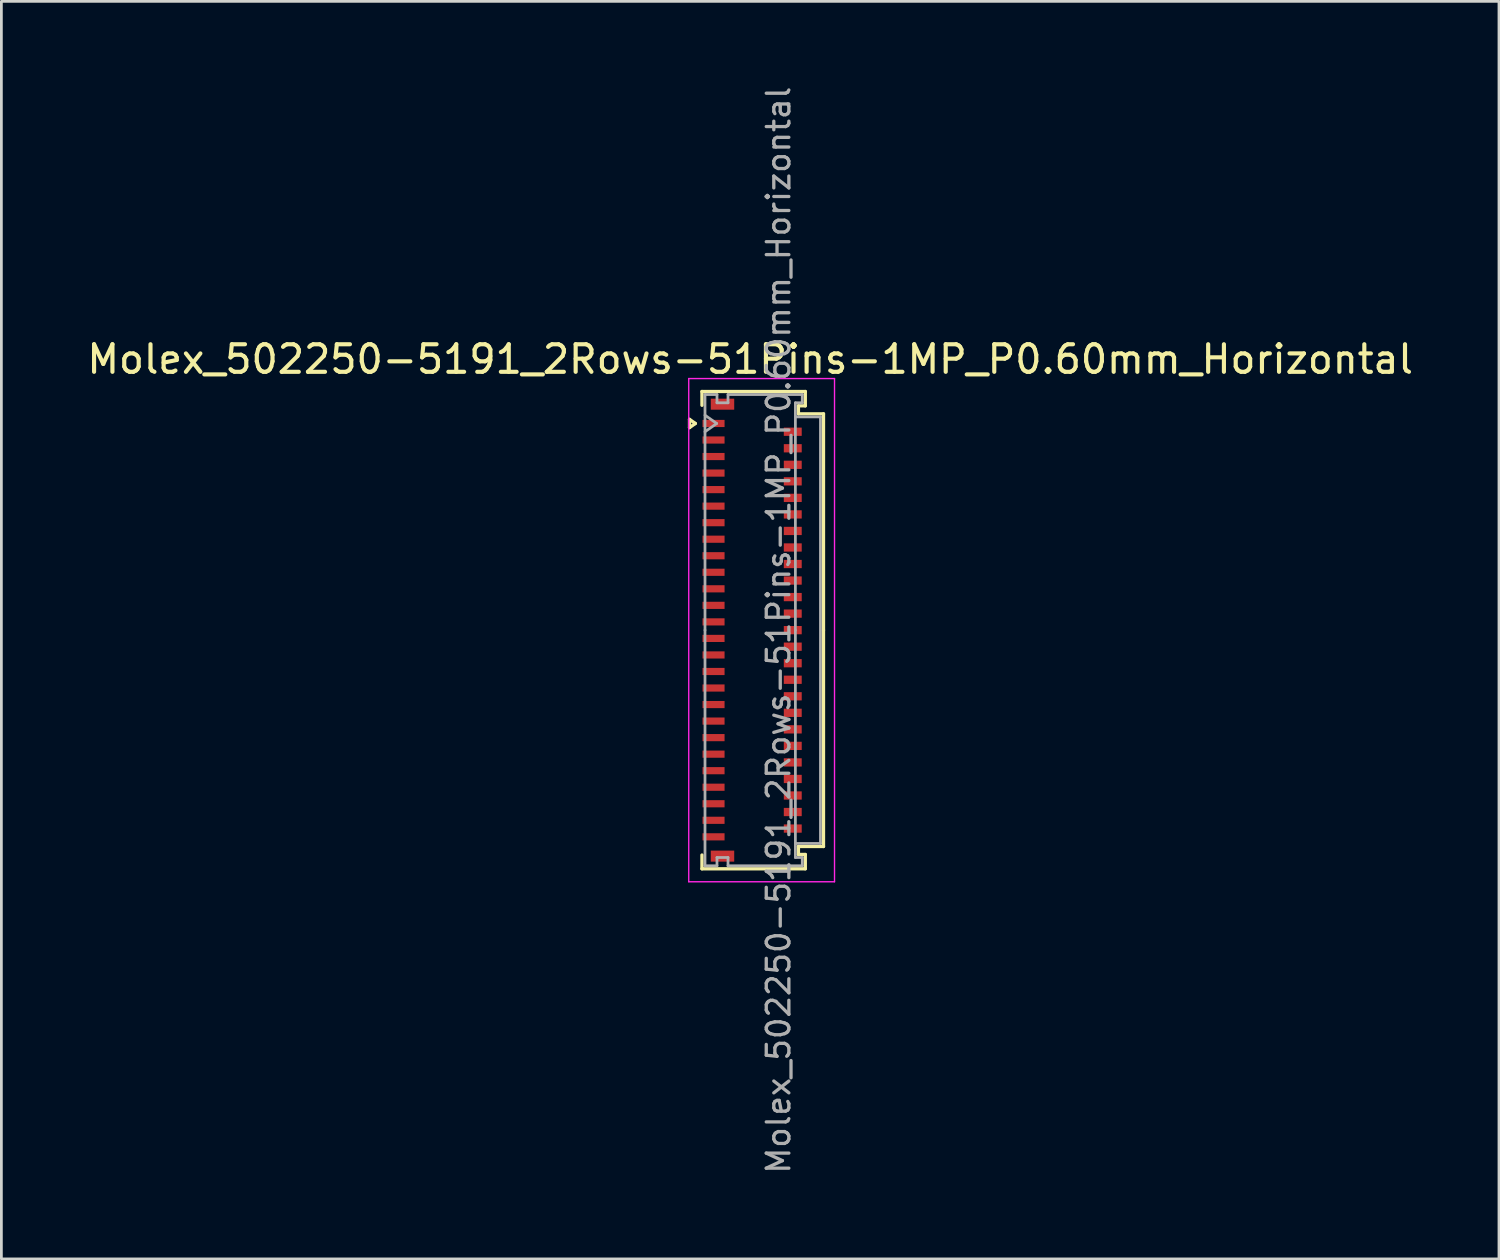
<source format=kicad_pcb>
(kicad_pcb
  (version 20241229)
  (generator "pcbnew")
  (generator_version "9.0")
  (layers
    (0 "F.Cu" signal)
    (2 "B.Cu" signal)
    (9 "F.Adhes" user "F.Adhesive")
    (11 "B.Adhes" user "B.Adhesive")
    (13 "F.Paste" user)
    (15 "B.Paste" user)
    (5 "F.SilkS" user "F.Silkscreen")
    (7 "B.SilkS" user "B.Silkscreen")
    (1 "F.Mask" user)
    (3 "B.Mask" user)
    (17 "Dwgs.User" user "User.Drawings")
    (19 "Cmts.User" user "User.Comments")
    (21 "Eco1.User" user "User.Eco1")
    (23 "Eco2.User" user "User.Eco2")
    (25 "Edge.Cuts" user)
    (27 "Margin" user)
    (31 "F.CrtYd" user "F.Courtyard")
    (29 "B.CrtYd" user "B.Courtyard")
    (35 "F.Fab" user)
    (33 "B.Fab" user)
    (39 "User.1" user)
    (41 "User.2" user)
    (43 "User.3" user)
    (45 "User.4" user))
  (footprint "Molex_502250-5191_2Rows-51Pins-1MP_P0.60mm_Horizontal"
    (layer "F.Cu")
    (at 24.243 19.817)
    (property "Reference" "Molex_502250-5191_2Rows-51Pins-1MP_P0.60mm_Horizontal" (at -0.07 -9.83 0) (layer "F.SilkS") (effects (font (size 1 1) (thickness 0.15))))
    (attr smd)
    (fp_line (start -2.272 -7.65) (end -2.06 -7.5) (stroke (width 0.12) (type solid)) (layer "F.SilkS"))
    (fp_line (start -2.272 -7.35) (end -2.272 -7.65) (stroke (width 0.12) (type solid)) (layer "F.SilkS"))
    (fp_line (start -2.06 -7.5) (end -2.272 -7.35) (stroke (width 0.12) (type solid)) (layer "F.SilkS"))
    (fp_line (start -1.82 -8.66) (end 1.93 -8.66) (stroke (width 0.12) (type solid)) (layer "F.SilkS"))
    (fp_line (start -1.82 -8.16) (end -1.82 -8.66) (stroke (width 0.12) (type solid)) (layer "F.SilkS"))
    (fp_line (start -1.82 8.16) (end -1.82 8.66) (stroke (width 0.12) (type solid)) (layer "F.SilkS"))
    (fp_line (start -1.82 8.66) (end 1.93 8.66) (stroke (width 0.12) (type solid)) (layer "F.SilkS"))
    (fp_line (start 1.68 -8.14) (end 1.68 -7.85) (stroke (width 0.12) (type solid)) (layer "F.SilkS"))
    (fp_line (start 1.68 -7.85) (end 2.59 -7.85) (stroke (width 0.12) (type solid)) (layer "F.SilkS"))
    (fp_line (start 1.68 7.85) (end 2.59 7.85) (stroke (width 0.12) (type solid)) (layer "F.SilkS"))
    (fp_line (start 1.68 8.14) (end 1.68 7.85) (stroke (width 0.12) (type solid)) (layer "F.SilkS"))
    (fp_line (start 1.93 -8.66) (end 1.93 -8.14) (stroke (width 0.12) (type solid)) (layer "F.SilkS"))
    (fp_line (start 1.93 -8.14) (end 1.68 -8.14) (stroke (width 0.12) (type solid)) (layer "F.SilkS"))
    (fp_line (start 1.93 8.14) (end 1.68 8.14) (stroke (width 0.12) (type solid)) (layer "F.SilkS"))
    (fp_line (start 1.93 8.66) (end 1.93 8.14) (stroke (width 0.12) (type solid)) (layer "F.SilkS"))
    (fp_line (start 2.59 -7.85) (end 2.59 0) (stroke (width 0.12) (type solid)) (layer "F.SilkS"))
    (fp_line (start 2.59 7.85) (end 2.59 0) (stroke (width 0.12) (type solid)) (layer "F.SilkS"))
    (fp_line (start -2.3 -9.13) (end -2.3 9.13) (stroke (width 0.05) (type solid)) (layer "F.CrtYd"))
    (fp_line (start -2.3 9.13) (end 2.99 9.13) (stroke (width 0.05) (type solid)) (layer "F.CrtYd"))
    (fp_line (start 2.99 -9.13) (end -2.3 -9.13) (stroke (width 0.05) (type solid)) (layer "F.CrtYd"))
    (fp_line (start 2.99 9.13) (end 2.99 -9.13) (stroke (width 0.05) (type solid)) (layer "F.CrtYd"))
    (fp_line (start -1.71 -8.55) (end -1.275 -8.55) (stroke (width 0.1) (type solid)) (layer "F.Fab"))
    (fp_line (start -1.71 -7.8) (end -1.286 -7.5) (stroke (width 0.1) (type solid)) (layer "F.Fab"))
    (fp_line (start -1.71 0) (end -1.71 -8.55) (stroke (width 0.1) (type solid)) (layer "F.Fab"))
    (fp_line (start -1.71 0) (end -1.71 8.55) (stroke (width 0.1) (type solid)) (layer "F.Fab"))
    (fp_line (start -1.71 8.55) (end -1.275 8.55) (stroke (width 0.1) (type solid)) (layer "F.Fab"))
    (fp_line (start -1.286 -7.5) (end -1.71 -7.2) (stroke (width 0.1) (type solid)) (layer "F.Fab"))
    (fp_line (start -1.275 -8.55) (end -1.275 -8.25) (stroke (width 0.1) (type solid)) (layer "F.Fab"))
    (fp_line (start -1.275 -8.25) (end -0.875 -8.25) (stroke (width 0.1) (type solid)) (layer "F.Fab"))
    (fp_line (start -1.275 8.25) (end -0.875 8.25) (stroke (width 0.1) (type solid)) (layer "F.Fab"))
    (fp_line (start -1.275 8.55) (end -1.275 8.25) (stroke (width 0.1) (type solid)) (layer "F.Fab"))
    (fp_line (start -0.875 -8.55) (end 1.82 -8.55) (stroke (width 0.1) (type solid)) (layer "F.Fab"))
    (fp_line (start -0.875 -8.25) (end -0.875 -8.55) (stroke (width 0.1) (type solid)) (layer "F.Fab"))
    (fp_line (start -0.875 8.25) (end -0.875 8.55) (stroke (width 0.1) (type solid)) (layer "F.Fab"))
    (fp_line (start -0.875 8.55) (end 1.82 8.55) (stroke (width 0.1) (type solid)) (layer "F.Fab"))
    (fp_line (start 1.57 -8.25) (end 1.57 0) (stroke (width 0.1) (type solid)) (layer "F.Fab"))
    (fp_line (start 1.57 -7.74) (end 2.48 -7.74) (stroke (width 0.1) (type solid)) (layer "F.Fab"))
    (fp_line (start 1.57 8.25) (end 1.57 0) (stroke (width 0.1) (type solid)) (layer "F.Fab"))
    (fp_line (start 1.82 -8.55) (end 1.82 -8.25) (stroke (width 0.1) (type solid)) (layer "F.Fab"))
    (fp_line (start 1.82 -8.25) (end 1.57 -8.25) (stroke (width 0.1) (type solid)) (layer "F.Fab"))
    (fp_line (start 1.82 8.25) (end 1.57 8.25) (stroke (width 0.1) (type solid)) (layer "F.Fab"))
    (fp_line (start 1.82 8.55) (end 1.82 8.25) (stroke (width 0.1) (type solid)) (layer "F.Fab"))
    (fp_line (start 2.48 -7.74) (end 2.48 7.74) (stroke (width 0.1) (type solid)) (layer "F.Fab"))
    (fp_line (start 2.48 7.74) (end 1.57 7.74) (stroke (width 0.1) (type solid)) (layer "F.Fab"))
    (fp_text user "${REFERENCE}" (at 0.96 0 90) (layer "F.Fab") (effects (font (size 0.82 0.82) (thickness 0.12))))
    (pad "1" smd rect (at -1.4 -7.5) (size 0.8 0.26) (layers "F.Cu" "F.Mask" "F.Paste"))
    (pad "2" smd rect (at 1.475 -7.2) (size 0.65 0.3) (layers "F.Cu" "F.Mask" "F.Paste"))
    (pad "3" smd rect (at -1.4 -6.9) (size 0.8 0.26) (layers "F.Cu" "F.Mask" "F.Paste"))
    (pad "4" smd rect (at 1.475 -6.6) (size 0.65 0.3) (layers "F.Cu" "F.Mask" "F.Paste"))
    (pad "5" smd rect (at -1.4 -6.3) (size 0.8 0.26) (layers "F.Cu" "F.Mask" "F.Paste"))
    (pad "6" smd rect (at 1.475 -6) (size 0.65 0.3) (layers "F.Cu" "F.Mask" "F.Paste"))
    (pad "7" smd rect (at -1.4 -5.7) (size 0.8 0.26) (layers "F.Cu" "F.Mask" "F.Paste"))
    (pad "8" smd rect (at 1.475 -5.4) (size 0.65 0.3) (layers "F.Cu" "F.Mask" "F.Paste"))
    (pad "9" smd rect (at -1.4 -5.1) (size 0.8 0.26) (layers "F.Cu" "F.Mask" "F.Paste"))
    (pad "10" smd rect (at 1.475 -4.8) (size 0.65 0.3) (layers "F.Cu" "F.Mask" "F.Paste"))
    (pad "11" smd rect (at -1.4 -4.5) (size 0.8 0.26) (layers "F.Cu" "F.Mask" "F.Paste"))
    (pad "12" smd rect (at 1.475 -4.2) (size 0.65 0.3) (layers "F.Cu" "F.Mask" "F.Paste"))
    (pad "13" smd rect (at -1.4 -3.9) (size 0.8 0.26) (layers "F.Cu" "F.Mask" "F.Paste"))
    (pad "14" smd rect (at 1.475 -3.6) (size 0.65 0.3) (layers "F.Cu" "F.Mask" "F.Paste"))
    (pad "15" smd rect (at -1.4 -3.3) (size 0.8 0.26) (layers "F.Cu" "F.Mask" "F.Paste"))
    (pad "16" smd rect (at 1.475 -3) (size 0.65 0.3) (layers "F.Cu" "F.Mask" "F.Paste"))
    (pad "17" smd rect (at -1.4 -2.7) (size 0.8 0.26) (layers "F.Cu" "F.Mask" "F.Paste"))
    (pad "18" smd rect (at 1.475 -2.4) (size 0.65 0.3) (layers "F.Cu" "F.Mask" "F.Paste"))
    (pad "19" smd rect (at -1.4 -2.1) (size 0.8 0.26) (layers "F.Cu" "F.Mask" "F.Paste"))
    (pad "20" smd rect (at 1.475 -1.8) (size 0.65 0.3) (layers "F.Cu" "F.Mask" "F.Paste"))
    (pad "21" smd rect (at -1.4 -1.5) (size 0.8 0.26) (layers "F.Cu" "F.Mask" "F.Paste"))
    (pad "22" smd rect (at 1.475 -1.2) (size 0.65 0.3) (layers "F.Cu" "F.Mask" "F.Paste"))
    (pad "23" smd rect (at -1.4 -0.9) (size 0.8 0.26) (layers "F.Cu" "F.Mask" "F.Paste"))
    (pad "24" smd rect (at 1.475 -0.6) (size 0.65 0.3) (layers "F.Cu" "F.Mask" "F.Paste"))
    (pad "25" smd rect (at -1.4 -0.3) (size 0.8 0.26) (layers "F.Cu" "F.Mask" "F.Paste"))
    (pad "26" smd rect (at 1.475 0) (size 0.65 0.3) (layers "F.Cu" "F.Mask" "F.Paste"))
    (pad "27" smd rect (at -1.4 0.3) (size 0.8 0.26) (layers "F.Cu" "F.Mask" "F.Paste"))
    (pad "28" smd rect (at 1.475 0.6) (size 0.65 0.3) (layers "F.Cu" "F.Mask" "F.Paste"))
    (pad "29" smd rect (at -1.4 0.9) (size 0.8 0.26) (layers "F.Cu" "F.Mask" "F.Paste"))
    (pad "30" smd rect (at 1.475 1.2) (size 0.65 0.3) (layers "F.Cu" "F.Mask" "F.Paste"))
    (pad "31" smd rect (at -1.4 1.5) (size 0.8 0.26) (layers "F.Cu" "F.Mask" "F.Paste"))
    (pad "32" smd rect (at 1.475 1.8) (size 0.65 0.3) (layers "F.Cu" "F.Mask" "F.Paste"))
    (pad "33" smd rect (at -1.4 2.1) (size 0.8 0.26) (layers "F.Cu" "F.Mask" "F.Paste"))
    (pad "34" smd rect (at 1.475 2.4) (size 0.65 0.3) (layers "F.Cu" "F.Mask" "F.Paste"))
    (pad "35" smd rect (at -1.4 2.7) (size 0.8 0.26) (layers "F.Cu" "F.Mask" "F.Paste"))
    (pad "36" smd rect (at 1.475 3) (size 0.65 0.3) (layers "F.Cu" "F.Mask" "F.Paste"))
    (pad "37" smd rect (at -1.4 3.3) (size 0.8 0.26) (layers "F.Cu" "F.Mask" "F.Paste"))
    (pad "38" smd rect (at 1.475 3.6) (size 0.65 0.3) (layers "F.Cu" "F.Mask" "F.Paste"))
    (pad "39" smd rect (at -1.4 3.9) (size 0.8 0.26) (layers "F.Cu" "F.Mask" "F.Paste"))
    (pad "40" smd rect (at 1.475 4.2) (size 0.65 0.3) (layers "F.Cu" "F.Mask" "F.Paste"))
    (pad "41" smd rect (at -1.4 4.5) (size 0.8 0.26) (layers "F.Cu" "F.Mask" "F.Paste"))
    (pad "42" smd rect (at 1.475 4.8) (size 0.65 0.3) (layers "F.Cu" "F.Mask" "F.Paste"))
    (pad "43" smd rect (at -1.4 5.1) (size 0.8 0.26) (layers "F.Cu" "F.Mask" "F.Paste"))
    (pad "44" smd rect (at 1.475 5.4) (size 0.65 0.3) (layers "F.Cu" "F.Mask" "F.Paste"))
    (pad "45" smd rect (at -1.4 5.7) (size 0.8 0.26) (layers "F.Cu" "F.Mask" "F.Paste"))
    (pad "46" smd rect (at 1.475 6) (size 0.65 0.3) (layers "F.Cu" "F.Mask" "F.Paste"))
    (pad "47" smd rect (at -1.4 6.3) (size 0.8 0.26) (layers "F.Cu" "F.Mask" "F.Paste"))
    (pad "48" smd rect (at 1.475 6.6) (size 0.65 0.3) (layers "F.Cu" "F.Mask" "F.Paste"))
    (pad "49" smd rect (at -1.4 6.9) (size 0.8 0.26) (layers "F.Cu" "F.Mask" "F.Paste"))
    (pad "50" smd rect (at 1.475 7.2) (size 0.65 0.3) (layers "F.Cu" "F.Mask" "F.Paste"))
    (pad "51" smd rect (at -1.4 7.5) (size 0.8 0.26) (layers "F.Cu" "F.Mask" "F.Paste"))
    (pad "MP" smd rect (at -1.075 -8.2) (size 0.85 0.4) (layers "F.Cu" "F.Mask" "F.Paste"))
    (pad "MP" smd rect (at -1.075 8.2) (size 0.85 0.4) (layers "F.Cu" "F.Mask" "F.Paste")))
  (gr_rect
    (start -3 -3)
    (end 51.345 42.634)
    (stroke (width 0.1) (type default))
    (fill no)
    (layer "Edge.Cuts")))
</source>
